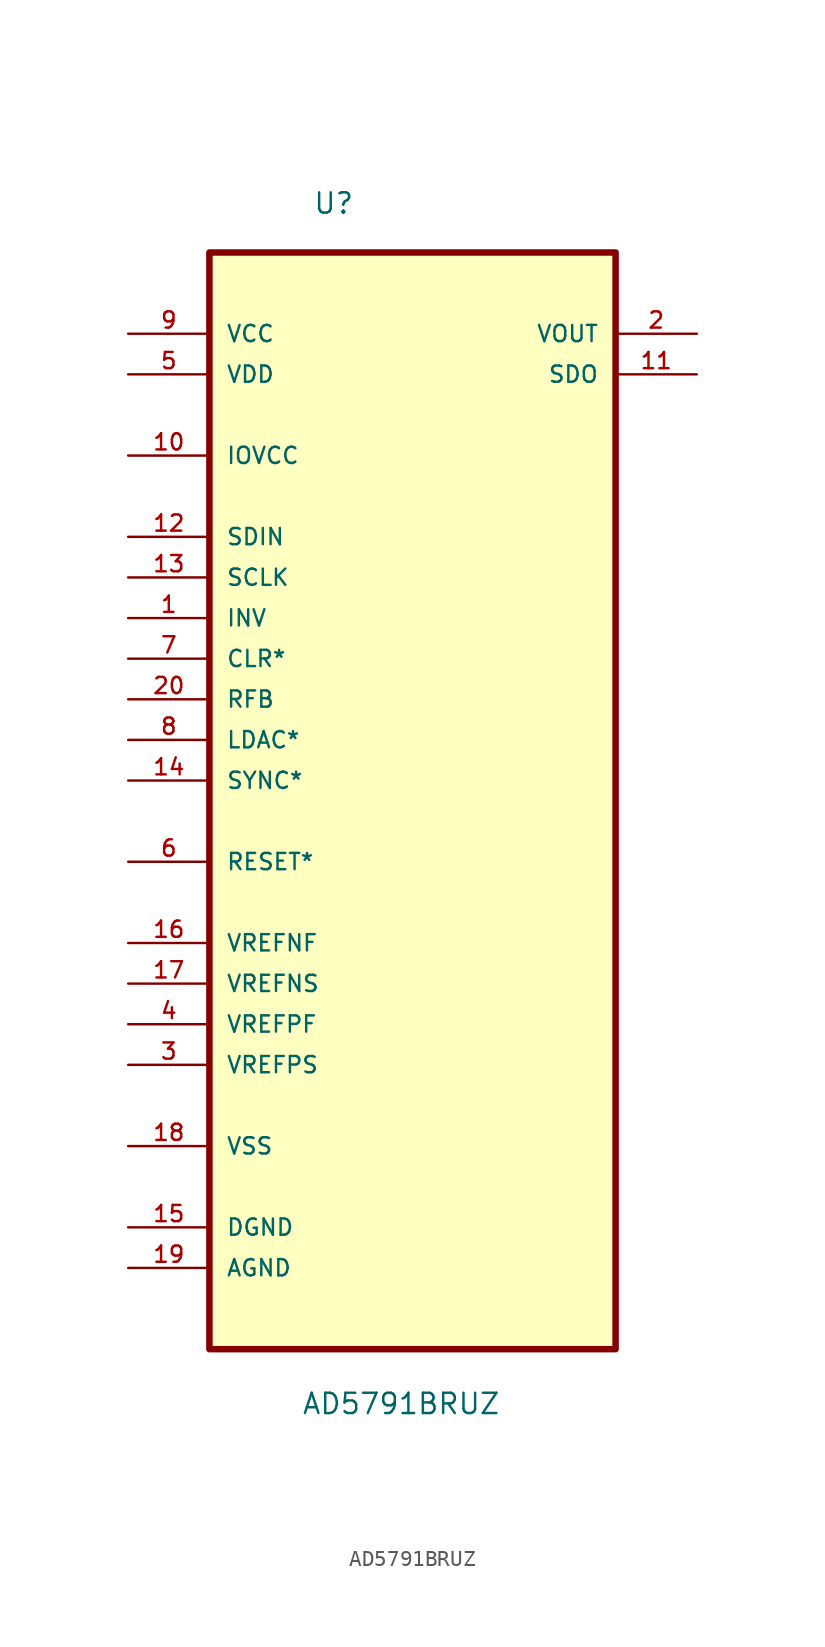
<source format=kicad_sym>
(kicad_symbol_lib
  (version 20211014)
  (generator kicad_symbol_editor)
  (symbol "AD5791BRUZ"
    (pin_names
      (offset 1.016))
    (property "Reference" "U"
      (at -6.241 32.81 0.0)
      (effects (font (size 1.27 1.27)) (justify bottom left)))
    (property "Value" "AD5791BRUZ"
      (at -6.95 -42.257 0.0)
      (effects (font (size 1.27 1.27)) (justify bottom left)))
    (symbol "AD5791BRUZ_0_0"
      (rectangle (start -12.7 -38.1) (end 12.7 30.48) (stroke (width 0.406)) (fill (type background)))
      (pin power_in line (at -17.78 25.4 0) (length 5.08) (name "VCC" (effects (font (size 1.016 1.016)))) (number "9" (effects (font (size 1.016 1.016)))))
      (pin power_in line (at -17.78 22.86 0) (length 5.08) (name "VDD" (effects (font (size 1.016 1.016)))) (number "5" (effects (font (size 1.016 1.016)))))
      (pin power_in line (at -17.78 17.78 0) (length 5.08) (name "IOVCC" (effects (font (size 1.016 1.016)))) (number "10" (effects (font (size 1.016 1.016)))))
      (pin input line (at -17.78 12.7 0) (length 5.08) (name "SDIN" (effects (font (size 1.016 1.016)))) (number "12" (effects (font (size 1.016 1.016)))))
      (pin input line (at -17.78 10.16 0) (length 5.08) (name "SCLK" (effects (font (size 1.016 1.016)))) (number "13" (effects (font (size 1.016 1.016)))))
      (pin input line (at -17.78 7.62 0) (length 5.08) (name "INV" (effects (font (size 1.016 1.016)))) (number "1" (effects (font (size 1.016 1.016)))))
      (pin input line (at -17.78 5.08 0) (length 5.08) (name "CLR*" (effects (font (size 1.016 1.016)))) (number "7" (effects (font (size 1.016 1.016)))))
      (pin passive line (at -17.78 2.54 0) (length 5.08) (name "RFB" (effects (font (size 1.016 1.016)))) (number "20" (effects (font (size 1.016 1.016)))))
      (pin input line (at -17.78 0.0 0) (length 5.08) (name "LDAC*" (effects (font (size 1.016 1.016)))) (number "8" (effects (font (size 1.016 1.016)))))
      (pin input line (at -17.78 -2.54 0) (length 5.08) (name "SYNC*" (effects (font (size 1.016 1.016)))) (number "14" (effects (font (size 1.016 1.016)))))
      (pin input line (at -17.78 -7.62 0) (length 5.08) (name "RESET*" (effects (font (size 1.016 1.016)))) (number "6" (effects (font (size 1.016 1.016)))))
      (pin input line (at -17.78 -12.7 0) (length 5.08) (name "VREFNF" (effects (font (size 1.016 1.016)))) (number "16" (effects (font (size 1.016 1.016)))))
      (pin input line (at -17.78 -15.24 0) (length 5.08) (name "VREFNS" (effects (font (size 1.016 1.016)))) (number "17" (effects (font (size 1.016 1.016)))))
      (pin input line (at -17.78 -17.78 0) (length 5.08) (name "VREFPF" (effects (font (size 1.016 1.016)))) (number "4" (effects (font (size 1.016 1.016)))))
      (pin input line (at -17.78 -20.32 0) (length 5.08) (name "VREFPS" (effects (font (size 1.016 1.016)))) (number "3" (effects (font (size 1.016 1.016)))))
      (pin power_in line (at -17.78 -25.4 0) (length 5.08) (name "VSS" (effects (font (size 1.016 1.016)))) (number "18" (effects (font (size 1.016 1.016)))))
      (pin passive line (at -17.78 -30.48 0) (length 5.08) (name "DGND" (effects (font (size 1.016 1.016)))) (number "15" (effects (font (size 1.016 1.016)))))
      (pin passive line (at -17.78 -33.02 0) (length 5.08) (name "AGND" (effects (font (size 1.016 1.016)))) (number "19" (effects (font (size 1.016 1.016)))))
      (pin output line (at 17.78 25.4 180.0) (length 5.08) (name "VOUT" (effects (font (size 1.016 1.016)))) (number "2" (effects (font (size 1.016 1.016)))))
      (pin output line (at 17.78 22.86 180.0) (length 5.08) (name "SDO" (effects (font (size 1.016 1.016)))) (number "11" (effects (font (size 1.016 1.016))))))))
</source>
